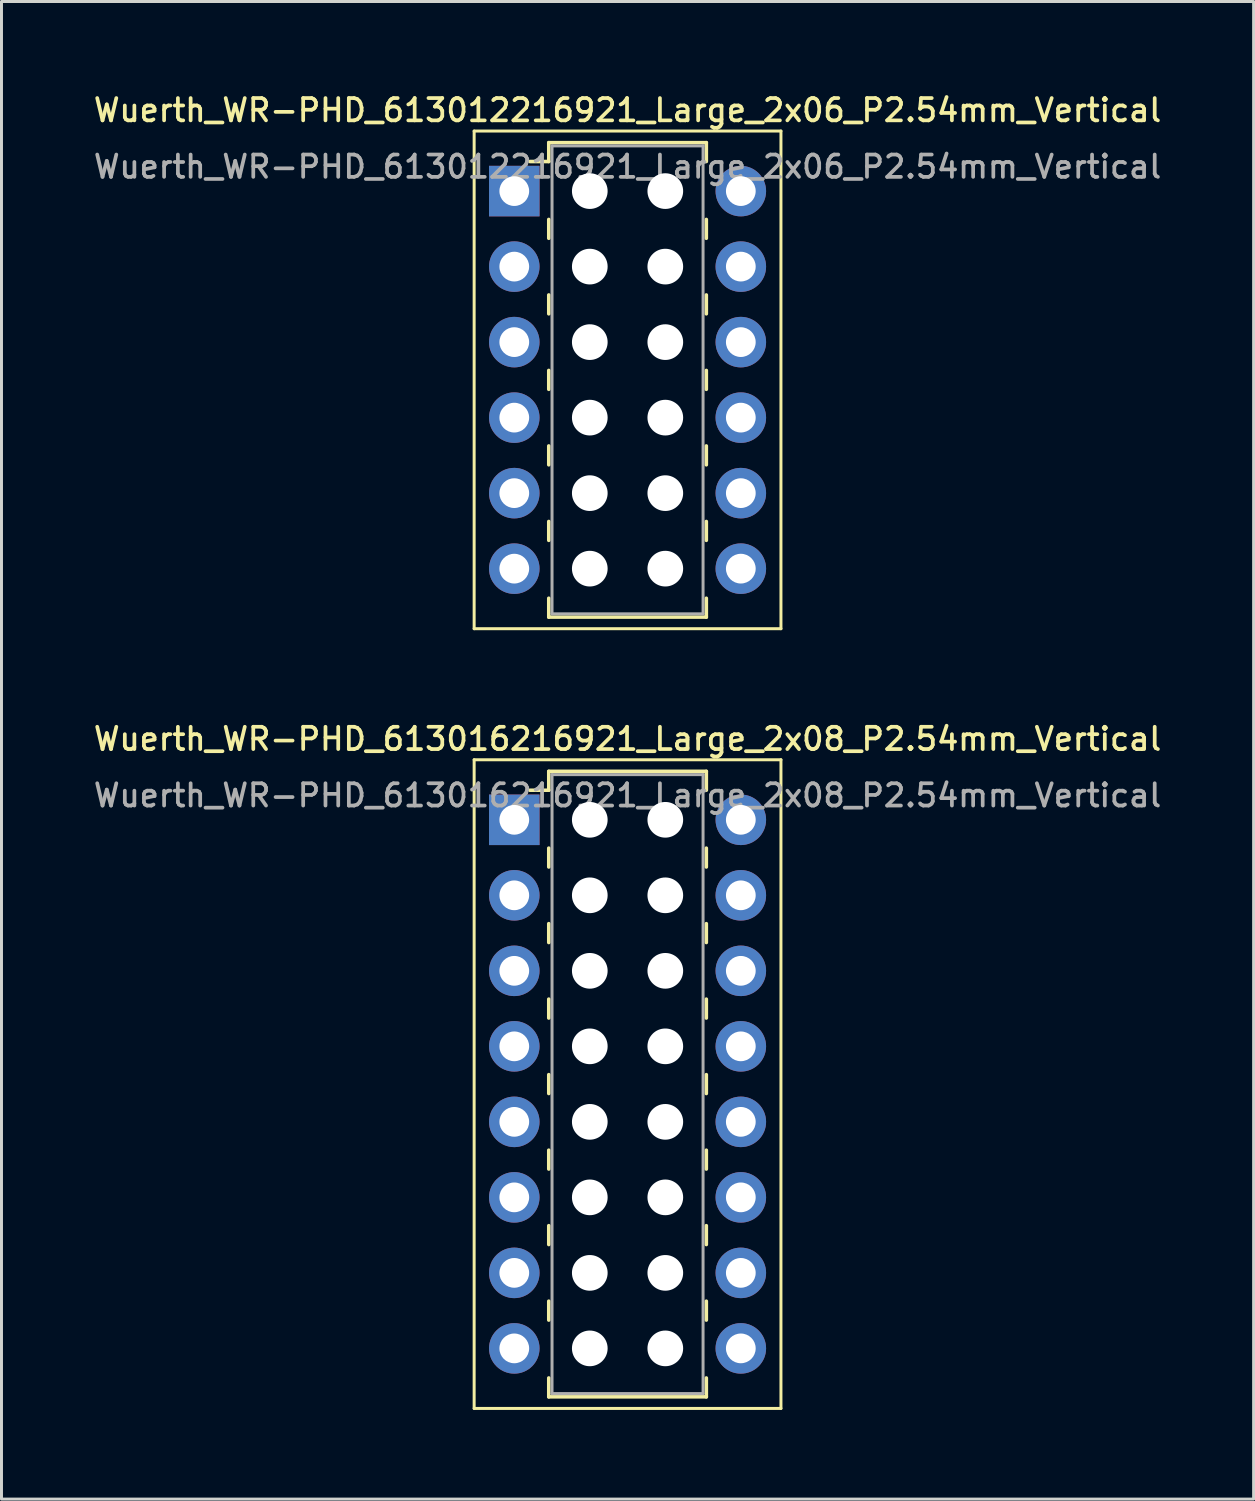
<source format=kicad_pcb>
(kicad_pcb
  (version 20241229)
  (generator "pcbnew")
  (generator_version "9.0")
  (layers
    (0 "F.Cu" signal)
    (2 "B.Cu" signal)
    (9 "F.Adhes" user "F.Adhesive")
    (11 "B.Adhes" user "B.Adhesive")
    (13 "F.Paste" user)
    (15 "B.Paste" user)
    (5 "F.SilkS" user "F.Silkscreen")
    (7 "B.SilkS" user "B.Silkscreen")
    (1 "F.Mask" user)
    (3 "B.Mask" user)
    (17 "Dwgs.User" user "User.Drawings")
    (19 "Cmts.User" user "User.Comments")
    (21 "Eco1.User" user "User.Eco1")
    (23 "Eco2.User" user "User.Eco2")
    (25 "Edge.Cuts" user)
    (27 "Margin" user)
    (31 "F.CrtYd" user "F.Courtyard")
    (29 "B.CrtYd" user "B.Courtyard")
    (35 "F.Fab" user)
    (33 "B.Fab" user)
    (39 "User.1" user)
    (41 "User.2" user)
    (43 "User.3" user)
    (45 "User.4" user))
  (footprint "Wuerth_WR-PHD_613012216921_Large_2x06_P2.54mm_Vertical"
    (layer "F.Cu")
    (at 14.249 3.378)
    (property "Reference" "Wuerth_WR-PHD_613012216921_Large_2x06_P2.54mm_Vertical" (at 3.81 -2.72 0) (layer "F.SilkS") (effects (font (size 0.75 0.75) (thickness 0.125))))
    (attr through_hole)
    (fp_line (start -1.35 -2.02) (end -1.35 14.72) (stroke (width 0.1) (type solid)) (layer "F.SilkS"))
    (fp_line (start -1.35 14.72) (end 8.97 14.72) (stroke (width 0.1) (type solid)) (layer "F.SilkS"))
    (fp_line (start 1.16 -1.63) (end 1.16 -0.995) (stroke (width 0.12) (type solid)) (layer "F.SilkS"))
    (fp_line (start 1.16 -1.63) (end 6.46 -1.63) (stroke (width 0.12) (type solid)) (layer "F.SilkS"))
    (fp_line (start 1.16 -0.995) (end 0.525 -0.995) (stroke (width 0.12) (type solid)) (layer "F.SilkS"))
    (fp_line (start 1.16 0.953) (end 1.16 1.587) (stroke (width 0.12) (type solid)) (layer "F.SilkS"))
    (fp_line (start 1.16 3.493) (end 1.16 4.128) (stroke (width 0.12) (type solid)) (layer "F.SilkS"))
    (fp_line (start 1.16 6.032) (end 1.16 6.668) (stroke (width 0.12) (type solid)) (layer "F.SilkS"))
    (fp_line (start 1.16 8.572) (end 1.16 9.207) (stroke (width 0.12) (type solid)) (layer "F.SilkS"))
    (fp_line (start 1.16 11.113) (end 1.16 11.748) (stroke (width 0.12) (type solid)) (layer "F.SilkS"))
    (fp_line (start 1.16 14.33) (end 1.16 13.695) (stroke (width 0.12) (type solid)) (layer "F.SilkS"))
    (fp_line (start 1.16 14.33) (end 6.46 14.33) (stroke (width 0.12) (type solid)) (layer "F.SilkS"))
    (fp_line (start 6.46 -1.63) (end 6.46 -0.995) (stroke (width 0.12) (type solid)) (layer "F.SilkS"))
    (fp_line (start 6.46 0.953) (end 6.46 1.587) (stroke (width 0.12) (type solid)) (layer "F.SilkS"))
    (fp_line (start 6.46 3.493) (end 6.46 4.128) (stroke (width 0.12) (type solid)) (layer "F.SilkS"))
    (fp_line (start 6.46 6.032) (end 6.46 6.668) (stroke (width 0.12) (type solid)) (layer "F.SilkS"))
    (fp_line (start 6.46 8.572) (end 6.46 9.207) (stroke (width 0.12) (type solid)) (layer "F.SilkS"))
    (fp_line (start 6.46 11.113) (end 6.46 11.748) (stroke (width 0.12) (type solid)) (layer "F.SilkS"))
    (fp_line (start 6.46 14.33) (end 6.46 13.695) (stroke (width 0.12) (type solid)) (layer "F.SilkS"))
    (fp_line (start 8.97 -2.02) (end -1.35 -2.02) (stroke (width 0.1) (type solid)) (layer "F.SilkS"))
    (fp_line (start 8.97 14.72) (end 8.97 -2.02) (stroke (width 0.1) (type solid)) (layer "F.SilkS"))
    (fp_line (start 1.27 -1.52) (end 1.27 14.22) (stroke (width 0.1) (type solid)) (layer "F.Fab"))
    (fp_line (start 1.27 14.22) (end 6.35 14.22) (stroke (width 0.1) (type solid)) (layer "F.Fab"))
    (fp_line (start 6.35 -1.52) (end 1.27 -1.52) (stroke (width 0.1) (type solid)) (layer "F.Fab"))
    (fp_line (start 6.35 14.22) (end 6.35 -1.52) (stroke (width 0.1) (type solid)) (layer "F.Fab"))
    (fp_text user "${REFERENCE}" (at 3.81 -0.82 0) (layer "F.Fab") (effects (font (size 0.75 0.75) (thickness 0.125))))
    (pad "" np_thru_hole circle (at 2.54 0) (size 1.2 1.2) (drill 1.2) (layers "*.Cu" "*.Mask"))
    (pad "" np_thru_hole circle (at 2.54 2.54) (size 1.2 1.2) (drill 1.2) (layers "*.Cu" "*.Mask"))
    (pad "" np_thru_hole circle (at 2.54 5.08) (size 1.2 1.2) (drill 1.2) (layers "*.Cu" "*.Mask"))
    (pad "" np_thru_hole circle (at 2.54 7.62) (size 1.2 1.2) (drill 1.2) (layers "*.Cu" "*.Mask"))
    (pad "" np_thru_hole circle (at 2.54 10.16) (size 1.2 1.2) (drill 1.2) (layers "*.Cu" "*.Mask"))
    (pad "" np_thru_hole circle (at 2.54 12.7) (size 1.2 1.2) (drill 1.2) (layers "*.Cu" "*.Mask"))
    (pad "" np_thru_hole circle (at 5.08 0) (size 1.2 1.2) (drill 1.2) (layers "*.Cu" "*.Mask"))
    (pad "" np_thru_hole circle (at 5.08 2.54) (size 1.2 1.2) (drill 1.2) (layers "*.Cu" "*.Mask"))
    (pad "" np_thru_hole circle (at 5.08 5.08) (size 1.2 1.2) (drill 1.2) (layers "*.Cu" "*.Mask"))
    (pad "" np_thru_hole circle (at 5.08 7.62) (size 1.2 1.2) (drill 1.2) (layers "*.Cu" "*.Mask"))
    (pad "" np_thru_hole circle (at 5.08 10.16) (size 1.2 1.2) (drill 1.2) (layers "*.Cu" "*.Mask"))
    (pad "" np_thru_hole circle (at 5.08 12.7) (size 1.2 1.2) (drill 1.2) (layers "*.Cu" "*.Mask"))
    (pad "1" thru_hole rect (at 0 0) (size 1.7 1.7) (drill 1) (layers "*.Cu" "*.Mask"))
    (pad "2" thru_hole circle (at 7.62 0) (size 1.7 1.7) (drill 1) (layers "*.Cu" "*.Mask"))
    (pad "3" thru_hole circle (at 0 2.54) (size 1.7 1.7) (drill 1) (layers "*.Cu" "*.Mask"))
    (pad "4" thru_hole circle (at 7.62 2.54) (size 1.7 1.7) (drill 1) (layers "*.Cu" "*.Mask"))
    (pad "5" thru_hole circle (at 0 5.08) (size 1.7 1.7) (drill 1) (layers "*.Cu" "*.Mask"))
    (pad "6" thru_hole circle (at 7.62 5.08) (size 1.7 1.7) (drill 1) (layers "*.Cu" "*.Mask"))
    (pad "7" thru_hole circle (at 0 7.62) (size 1.7 1.7) (drill 1) (layers "*.Cu" "*.Mask"))
    (pad "8" thru_hole circle (at 7.62 7.62) (size 1.7 1.7) (drill 1) (layers "*.Cu" "*.Mask"))
    (pad "9" thru_hole circle (at 0 10.16) (size 1.7 1.7) (drill 1) (layers "*.Cu" "*.Mask"))
    (pad "10" thru_hole circle (at 7.62 10.16) (size 1.7 1.7) (drill 1) (layers "*.Cu" "*.Mask"))
    (pad "11" thru_hole circle (at 0 12.7) (size 1.7 1.7) (drill 1) (layers "*.Cu" "*.Mask"))
    (pad "12" thru_hole circle (at 7.62 12.7) (size 1.7 1.7) (drill 1) (layers "*.Cu" "*.Mask")))
  (footprint "Wuerth_WR-PHD_613016216921_Large_2x08_P2.54mm_Vertical"
    (layer "F.Cu")
    (at 14.249 24.526)
    (property "Reference" "Wuerth_WR-PHD_613016216921_Large_2x08_P2.54mm_Vertical" (at 3.81 -2.72 0) (layer "F.SilkS") (effects (font (size 0.75 0.75) (thickness 0.125))))
    (attr through_hole)
    (fp_line (start -1.35 -2.02) (end -1.35 19.8) (stroke (width 0.1) (type solid)) (layer "F.SilkS"))
    (fp_line (start -1.35 19.8) (end 8.97 19.8) (stroke (width 0.1) (type solid)) (layer "F.SilkS"))
    (fp_line (start 1.16 -1.63) (end 1.16 -0.995) (stroke (width 0.12) (type solid)) (layer "F.SilkS"))
    (fp_line (start 1.16 -1.63) (end 6.46 -1.63) (stroke (width 0.12) (type solid)) (layer "F.SilkS"))
    (fp_line (start 1.16 -0.995) (end 0.525 -0.995) (stroke (width 0.12) (type solid)) (layer "F.SilkS"))
    (fp_line (start 1.16 0.953) (end 1.16 1.587) (stroke (width 0.12) (type solid)) (layer "F.SilkS"))
    (fp_line (start 1.16 3.493) (end 1.16 4.128) (stroke (width 0.12) (type solid)) (layer "F.SilkS"))
    (fp_line (start 1.16 6.032) (end 1.16 6.668) (stroke (width 0.12) (type solid)) (layer "F.SilkS"))
    (fp_line (start 1.16 8.572) (end 1.16 9.207) (stroke (width 0.12) (type solid)) (layer "F.SilkS"))
    (fp_line (start 1.16 11.113) (end 1.16 11.748) (stroke (width 0.12) (type solid)) (layer "F.SilkS"))
    (fp_line (start 1.16 13.652) (end 1.16 14.287) (stroke (width 0.12) (type solid)) (layer "F.SilkS"))
    (fp_line (start 1.16 16.192) (end 1.16 16.828) (stroke (width 0.12) (type solid)) (layer "F.SilkS"))
    (fp_line (start 1.16 19.41) (end 1.16 18.775) (stroke (width 0.12) (type solid)) (layer "F.SilkS"))
    (fp_line (start 1.16 19.41) (end 6.46 19.41) (stroke (width 0.12) (type solid)) (layer "F.SilkS"))
    (fp_line (start 6.46 -1.63) (end 6.46 -0.995) (stroke (width 0.12) (type solid)) (layer "F.SilkS"))
    (fp_line (start 6.46 0.953) (end 6.46 1.587) (stroke (width 0.12) (type solid)) (layer "F.SilkS"))
    (fp_line (start 6.46 3.493) (end 6.46 4.128) (stroke (width 0.12) (type solid)) (layer "F.SilkS"))
    (fp_line (start 6.46 6.032) (end 6.46 6.668) (stroke (width 0.12) (type solid)) (layer "F.SilkS"))
    (fp_line (start 6.46 8.572) (end 6.46 9.207) (stroke (width 0.12) (type solid)) (layer "F.SilkS"))
    (fp_line (start 6.46 11.113) (end 6.46 11.748) (stroke (width 0.12) (type solid)) (layer "F.SilkS"))
    (fp_line (start 6.46 13.652) (end 6.46 14.287) (stroke (width 0.12) (type solid)) (layer "F.SilkS"))
    (fp_line (start 6.46 16.192) (end 6.46 16.828) (stroke (width 0.12) (type solid)) (layer "F.SilkS"))
    (fp_line (start 6.46 19.41) (end 6.46 18.775) (stroke (width 0.12) (type solid)) (layer "F.SilkS"))
    (fp_line (start 8.97 -2.02) (end -1.35 -2.02) (stroke (width 0.1) (type solid)) (layer "F.SilkS"))
    (fp_line (start 8.97 19.8) (end 8.97 -2.02) (stroke (width 0.1) (type solid)) (layer "F.SilkS"))
    (fp_line (start 1.27 -1.52) (end 1.27 19.3) (stroke (width 0.1) (type solid)) (layer "F.Fab"))
    (fp_line (start 1.27 19.3) (end 6.35 19.3) (stroke (width 0.1) (type solid)) (layer "F.Fab"))
    (fp_line (start 6.35 -1.52) (end 1.27 -1.52) (stroke (width 0.1) (type solid)) (layer "F.Fab"))
    (fp_line (start 6.35 19.3) (end 6.35 -1.52) (stroke (width 0.1) (type solid)) (layer "F.Fab"))
    (fp_text user "${REFERENCE}" (at 3.81 -0.82 0) (layer "F.Fab") (effects (font (size 0.75 0.75) (thickness 0.125))))
    (pad "" np_thru_hole circle (at 2.54 0) (size 1.2 1.2) (drill 1.2) (layers "*.Cu" "*.Mask"))
    (pad "" np_thru_hole circle (at 2.54 2.54) (size 1.2 1.2) (drill 1.2) (layers "*.Cu" "*.Mask"))
    (pad "" np_thru_hole circle (at 2.54 5.08) (size 1.2 1.2) (drill 1.2) (layers "*.Cu" "*.Mask"))
    (pad "" np_thru_hole circle (at 2.54 7.62) (size 1.2 1.2) (drill 1.2) (layers "*.Cu" "*.Mask"))
    (pad "" np_thru_hole circle (at 2.54 10.16) (size 1.2 1.2) (drill 1.2) (layers "*.Cu" "*.Mask"))
    (pad "" np_thru_hole circle (at 2.54 12.7) (size 1.2 1.2) (drill 1.2) (layers "*.Cu" "*.Mask"))
    (pad "" np_thru_hole circle (at 2.54 15.24) (size 1.2 1.2) (drill 1.2) (layers "*.Cu" "*.Mask"))
    (pad "" np_thru_hole circle (at 2.54 17.78) (size 1.2 1.2) (drill 1.2) (layers "*.Cu" "*.Mask"))
    (pad "" np_thru_hole circle (at 5.08 0) (size 1.2 1.2) (drill 1.2) (layers "*.Cu" "*.Mask"))
    (pad "" np_thru_hole circle (at 5.08 2.54) (size 1.2 1.2) (drill 1.2) (layers "*.Cu" "*.Mask"))
    (pad "" np_thru_hole circle (at 5.08 5.08) (size 1.2 1.2) (drill 1.2) (layers "*.Cu" "*.Mask"))
    (pad "" np_thru_hole circle (at 5.08 7.62) (size 1.2 1.2) (drill 1.2) (layers "*.Cu" "*.Mask"))
    (pad "" np_thru_hole circle (at 5.08 10.16) (size 1.2 1.2) (drill 1.2) (layers "*.Cu" "*.Mask"))
    (pad "" np_thru_hole circle (at 5.08 12.7) (size 1.2 1.2) (drill 1.2) (layers "*.Cu" "*.Mask"))
    (pad "" np_thru_hole circle (at 5.08 15.24) (size 1.2 1.2) (drill 1.2) (layers "*.Cu" "*.Mask"))
    (pad "" np_thru_hole circle (at 5.08 17.78) (size 1.2 1.2) (drill 1.2) (layers "*.Cu" "*.Mask"))
    (pad "1" thru_hole rect (at 0 0) (size 1.7 1.7) (drill 1) (layers "*.Cu" "*.Mask"))
    (pad "2" thru_hole circle (at 7.62 0) (size 1.7 1.7) (drill 1) (layers "*.Cu" "*.Mask"))
    (pad "3" thru_hole circle (at 0 2.54) (size 1.7 1.7) (drill 1) (layers "*.Cu" "*.Mask"))
    (pad "4" thru_hole circle (at 7.62 2.54) (size 1.7 1.7) (drill 1) (layers "*.Cu" "*.Mask"))
    (pad "5" thru_hole circle (at 0 5.08) (size 1.7 1.7) (drill 1) (layers "*.Cu" "*.Mask"))
    (pad "6" thru_hole circle (at 7.62 5.08) (size 1.7 1.7) (drill 1) (layers "*.Cu" "*.Mask"))
    (pad "7" thru_hole circle (at 0 7.62) (size 1.7 1.7) (drill 1) (layers "*.Cu" "*.Mask"))
    (pad "8" thru_hole circle (at 7.62 7.62) (size 1.7 1.7) (drill 1) (layers "*.Cu" "*.Mask"))
    (pad "9" thru_hole circle (at 0 10.16) (size 1.7 1.7) (drill 1) (layers "*.Cu" "*.Mask"))
    (pad "10" thru_hole circle (at 7.62 10.16) (size 1.7 1.7) (drill 1) (layers "*.Cu" "*.Mask"))
    (pad "11" thru_hole circle (at 0 12.7) (size 1.7 1.7) (drill 1) (layers "*.Cu" "*.Mask"))
    (pad "12" thru_hole circle (at 7.62 12.7) (size 1.7 1.7) (drill 1) (layers "*.Cu" "*.Mask"))
    (pad "13" thru_hole circle (at 0 15.24) (size 1.7 1.7) (drill 1) (layers "*.Cu" "*.Mask"))
    (pad "14" thru_hole circle (at 7.62 15.24) (size 1.7 1.7) (drill 1) (layers "*.Cu" "*.Mask"))
    (pad "15" thru_hole circle (at 0 17.78) (size 1.7 1.7) (drill 1) (layers "*.Cu" "*.Mask"))
    (pad "16" thru_hole circle (at 7.62 17.78) (size 1.7 1.7) (drill 1) (layers "*.Cu" "*.Mask")))
  (gr_rect
    (start -3 -3)
    (end 39.118 47.376)
    (stroke (width 0.1) (type default))
    (fill no)
    (layer "Edge.Cuts")))
</source>
